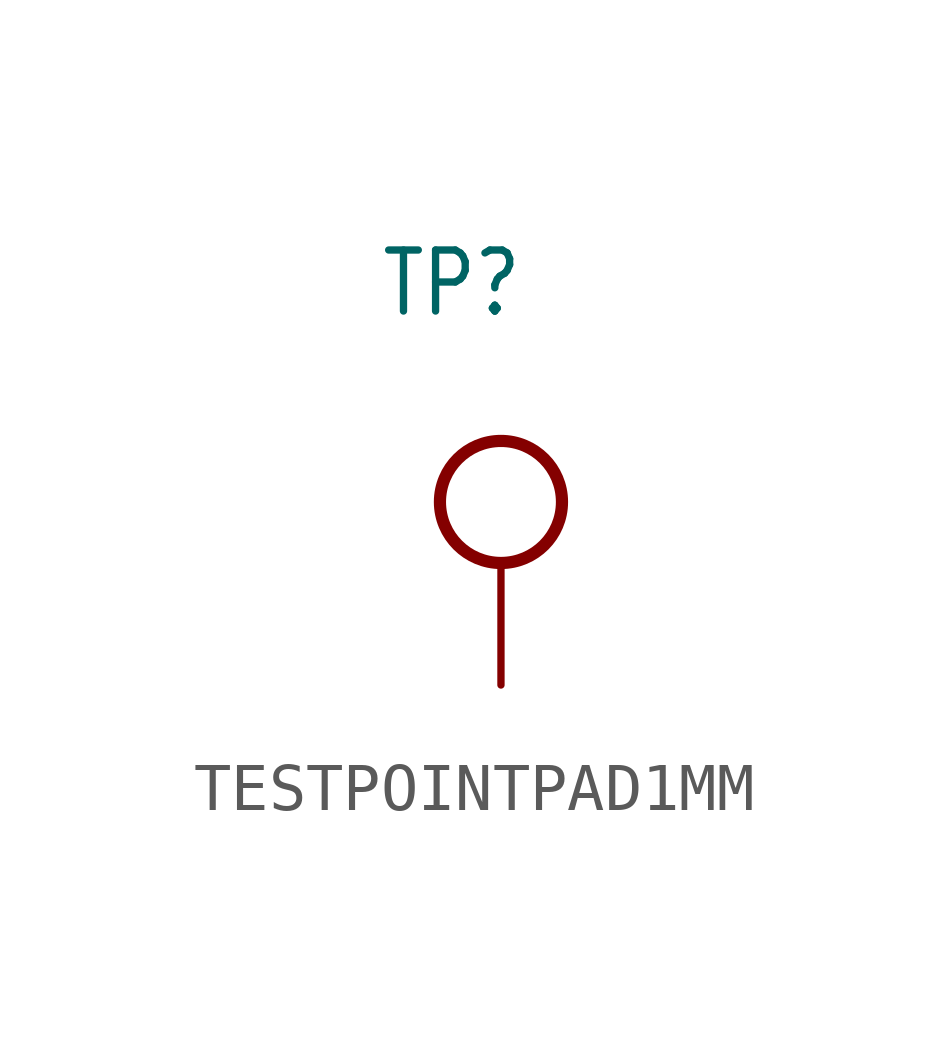
<source format=kicad_sym>
(kicad_symbol_lib
  (version 20220914)
  (generator kicad_symbol_editor)
  (symbol "TESTPOINTPAD1MM"
    (property "Reference" "TP"
      (at -2.54 7.62 0)
      (effects (font (size 1.27 1.079)) (justify left bottom)))
    (property "Value" ""
      (at -2.54 5.715 0)
      (effects (font (size 1.27 1.079)) (justify left bottom)))
    (property "ki_locked" ""
      (at 0 0 0)
      (effects (font (size 1.27 1.27))))
    (symbol "TESTPOINTPAD1MM_1_0"
      (circle (center 0 3.81) (radius 1.27) (stroke (width 0.254) (type solid)) (fill (type none)))
      (pin bidirectional line (at 0 0 90) (length 2.54) (name "P$1" (effects (font (size 0 0)))) (number "P$1" (effects (font (size 0 0))))))))
</source>
